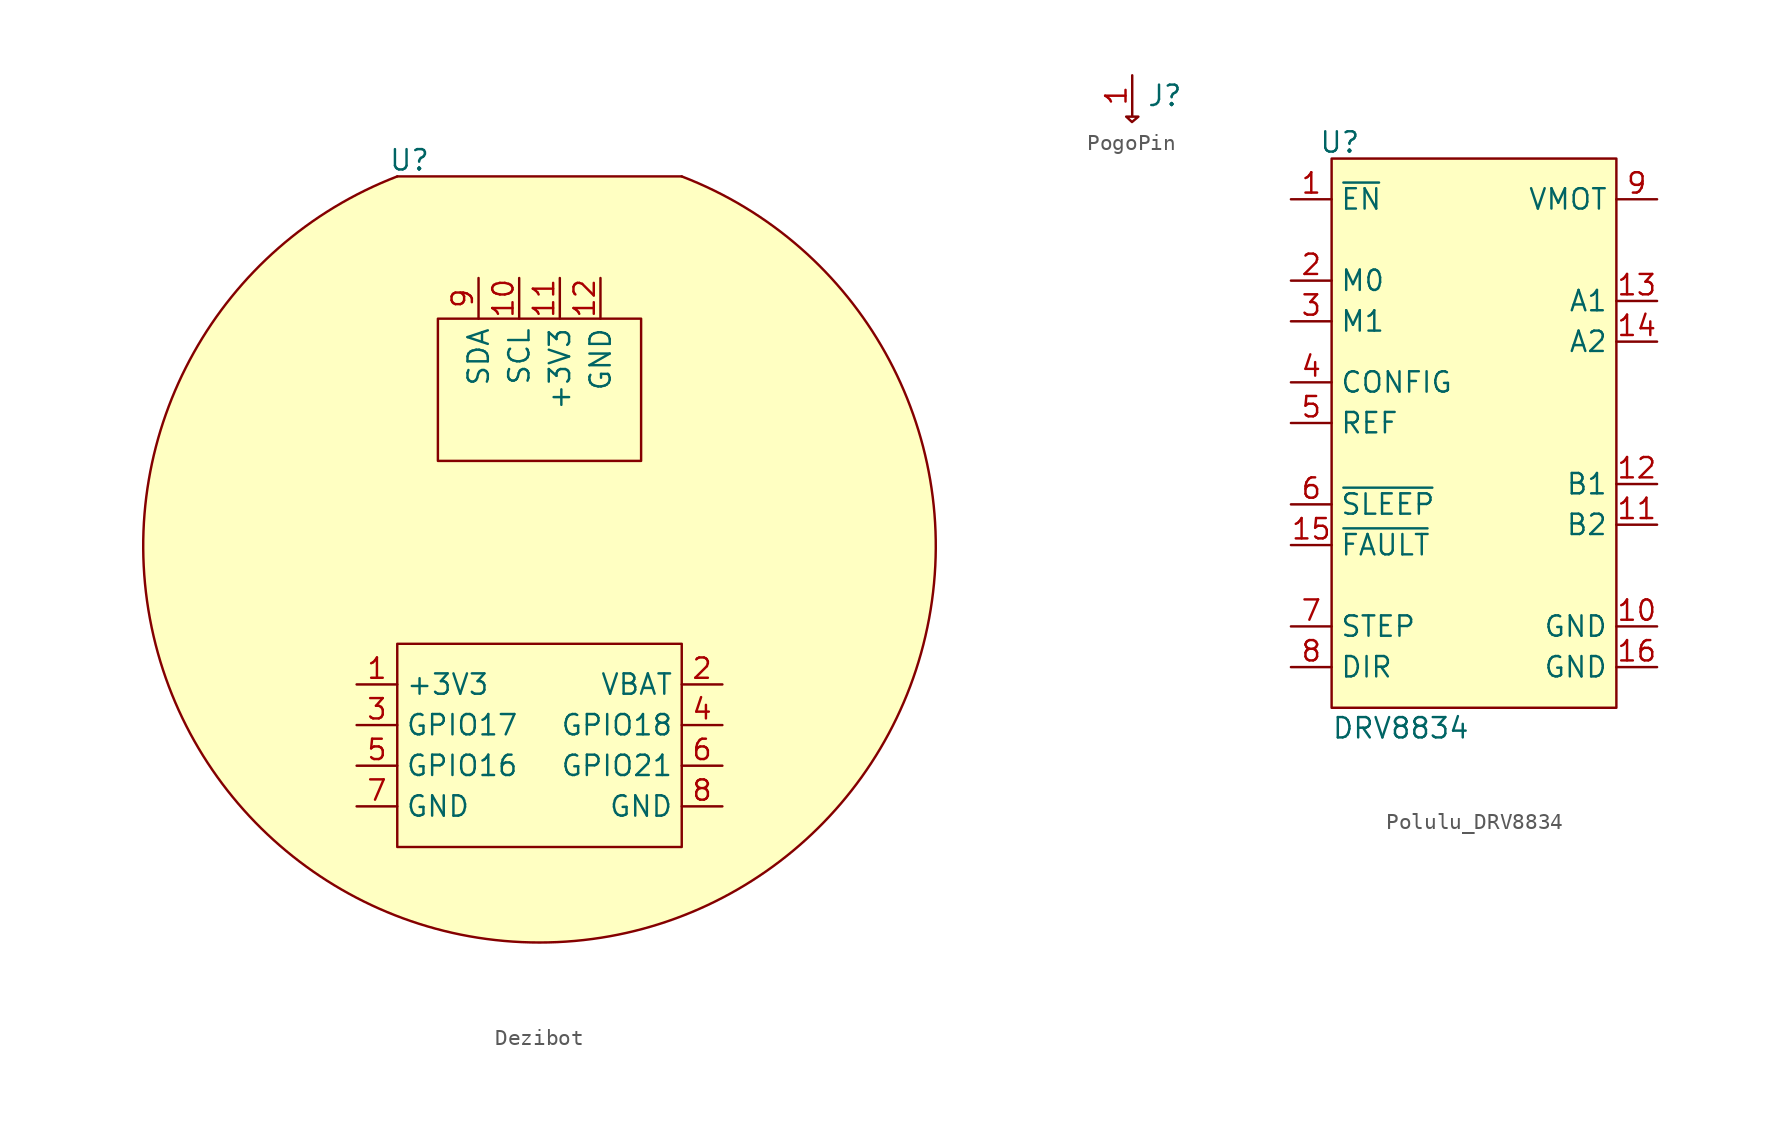
<source format=kicad_sym>
(kicad_symbol_lib
  (version 20241209)
  (generator "kicad_symbol_editor")
  (generator_version "9.0")
  (symbol "Dezibot"
    (property "Reference" "U"
      (at -6.858 1.016 0)
      (effects (font (size 1.27 1.27))))
    (property "Value" ""
      (at 0 0 0)
      (effects (font (size 1.27 1.27))))
    (symbol "Dezibot_0_1"
      (polyline (pts (xy -7.62 0) (xy 10.16 0)) (stroke (width 0) (type default)) (fill (type background)))
      (arc (start 10.16 0) (mid 1.27 -47.8793) (end -7.62 0) (stroke (width 0) (type default)) (fill (type background))))
    (symbol "Dezibot_1_1"
      (rectangle (start -7.62 0) (end 10.16 -24.13) (stroke (width -0.0001) (type dot)) (fill (type background)))
      (rectangle (start -7.62 -29.21) (end 10.16 -41.91) (stroke (width 0) (type default)) (fill (type none)))
      (rectangle (start -5.08 -8.89) (end 7.62 -17.78) (stroke (width 0) (type default)) (fill (type none)))
      (pin bidirectional line (at -10.16 -31.75 0) (length 2.54) (name "+3V3" (effects (font (size 1.27 1.27)))) (number "1" (effects (font (size 1.27 1.27)))))
      (pin bidirectional line (at -10.16 -34.29 0) (length 2.54) (name "GPIO17" (effects (font (size 1.27 1.27)))) (number "3" (effects (font (size 1.27 1.27)))))
      (pin bidirectional line (at -10.16 -36.83 0) (length 2.54) (name "GPIO16" (effects (font (size 1.27 1.27)))) (number "5" (effects (font (size 1.27 1.27)))))
      (pin bidirectional line (at -10.16 -39.37 0) (length 2.54) (name "GND" (effects (font (size 1.27 1.27)))) (number "7" (effects (font (size 1.27 1.27)))))
      (pin bidirectional line (at -2.54 -6.35 270) (length 2.54) (name "SDA" (effects (font (size 1.27 1.27)))) (number "9" (effects (font (size 1.27 1.27)))))
      (pin bidirectional line (at 0 -6.35 270) (length 2.54) (name "SCL" (effects (font (size 1.27 1.27)))) (number "10" (effects (font (size 1.27 1.27)))))
      (pin bidirectional line (at 2.54 -6.35 270) (length 2.54) (name "+3V3" (effects (font (size 1.27 1.27)))) (number "11" (effects (font (size 1.27 1.27)))))
      (pin bidirectional line (at 5.08 -6.35 270) (length 2.54) (name "GND" (effects (font (size 1.27 1.27)))) (number "12" (effects (font (size 1.27 1.27)))))
      (pin bidirectional line (at 12.7 -31.75 180) (length 2.54) (name "VBAT" (effects (font (size 1.27 1.27)))) (number "2" (effects (font (size 1.27 1.27)))))
      (pin bidirectional line (at 12.7 -34.29 180) (length 2.54) (name "GPIO18" (effects (font (size 1.27 1.27)))) (number "4" (effects (font (size 1.27 1.27)))))
      (pin bidirectional line (at 12.7 -36.83 180) (length 2.54) (name "GPIO21" (effects (font (size 1.27 1.27)))) (number "6" (effects (font (size 1.27 1.27)))))
      (pin bidirectional line (at 12.7 -39.37 180) (length 2.54) (name "GND" (effects (font (size 1.27 1.27)))) (number "8" (effects (font (size 1.27 1.27)))))))
  (symbol "PogoPin"
    (property "Reference" "J"
      (at 4.572 -1.27 0)
      (effects (font (size 1.27 1.27))))
    (property "Value" ""
      (at 0 0 0)
      (effects (font (size 1.27 1.27))))
    (symbol "PogoPin_0_1"
      (polyline (pts (xy 2.17 -2.575) (xy 2.526 -2.91) (xy 2.924 -2.575) (xy 2.163 -2.575)) (stroke (width 0) (type default)) (fill (type none))))
    (symbol "PogoPin_1_1"
      (pin input line (at 2.54 0 270) (length 2.54) (name "" (effects (font (size 1.27 1.27)))) (number "1" (effects (font (size 1.27 1.27)))))))
  (symbol "Polulu_DRV8834"
    (property "Reference" "U"
      (at 0.508 35.306 0)
      (effects (font (size 1.27 1.27))))
    (property "Value" "DRV8834"
      (at 4.318 -1.27 0)
      (effects (font (size 1.27 1.27))))
    (symbol "Polulu_DRV8834_0_1"
      (rectangle (start 0 34.29) (end 17.78 0) (stroke (width 0) (type default)) (fill (type background))))
    (symbol "Polulu_DRV8834_1_1"
      (pin passive line (at -2.54 31.75 0) (length 2.54) (name "~{EN}" (effects (font (size 1.27 1.27)))) (number "1" (effects (font (size 1.27 1.27)))))
      (pin passive line (at -2.54 26.67 0) (length 2.54) (name "M0" (effects (font (size 1.27 1.27)))) (number "2" (effects (font (size 1.27 1.27)))))
      (pin passive line (at -2.54 24.13 0) (length 2.54) (name "M1" (effects (font (size 1.27 1.27)))) (number "3" (effects (font (size 1.27 1.27)))))
      (pin passive line (at -2.54 20.32 0) (length 2.54) (name "CONFIG" (effects (font (size 1.27 1.27)))) (number "4" (effects (font (size 1.27 1.27)))))
      (pin passive line (at -2.54 17.78 0) (length 2.54) (name "REF" (effects (font (size 1.27 1.27)))) (number "5" (effects (font (size 1.27 1.27)))))
      (pin passive line (at -2.54 12.7 0) (length 2.54) (name "~{SLEEP}" (effects (font (size 1.27 1.27)))) (number "6" (effects (font (size 1.27 1.27)))))
      (pin passive line (at -2.54 10.16 0) (length 2.54) (name "~{FAULT}" (effects (font (size 1.27 1.27)))) (number "15" (effects (font (size 1.27 1.27)))))
      (pin passive line (at -2.54 5.08 0) (length 2.54) (name "STEP" (effects (font (size 1.27 1.27)))) (number "7" (effects (font (size 1.27 1.27)))))
      (pin passive line (at -2.54 2.54 0) (length 2.54) (name "DIR" (effects (font (size 1.27 1.27)))) (number "8" (effects (font (size 1.27 1.27)))))
      (pin passive line (at 20.32 31.75 180) (length 2.54) (name "VMOT" (effects (font (size 1.27 1.27)))) (number "9" (effects (font (size 1.27 1.27)))))
      (pin passive line (at 20.32 25.4 180) (length 2.54) (name "A1" (effects (font (size 1.27 1.27)))) (number "13" (effects (font (size 1.27 1.27)))))
      (pin passive line (at 20.32 22.86 180) (length 2.54) (name "A2" (effects (font (size 1.27 1.27)))) (number "14" (effects (font (size 1.27 1.27)))))
      (pin passive line (at 20.32 13.97 180) (length 2.54) (name "B1" (effects (font (size 1.27 1.27)))) (number "12" (effects (font (size 1.27 1.27)))))
      (pin passive line (at 20.32 11.43 180) (length 2.54) (name "B2" (effects (font (size 1.27 1.27)))) (number "11" (effects (font (size 1.27 1.27)))))
      (pin passive line (at 20.32 5.08 180) (length 2.54) (name "GND" (effects (font (size 1.27 1.27)))) (number "10" (effects (font (size 1.27 1.27)))))
      (pin passive line (at 20.32 2.54 180) (length 2.54) (name "GND" (effects (font (size 1.27 1.27)))) (number "16" (effects (font (size 1.27 1.27))))))))
</source>
